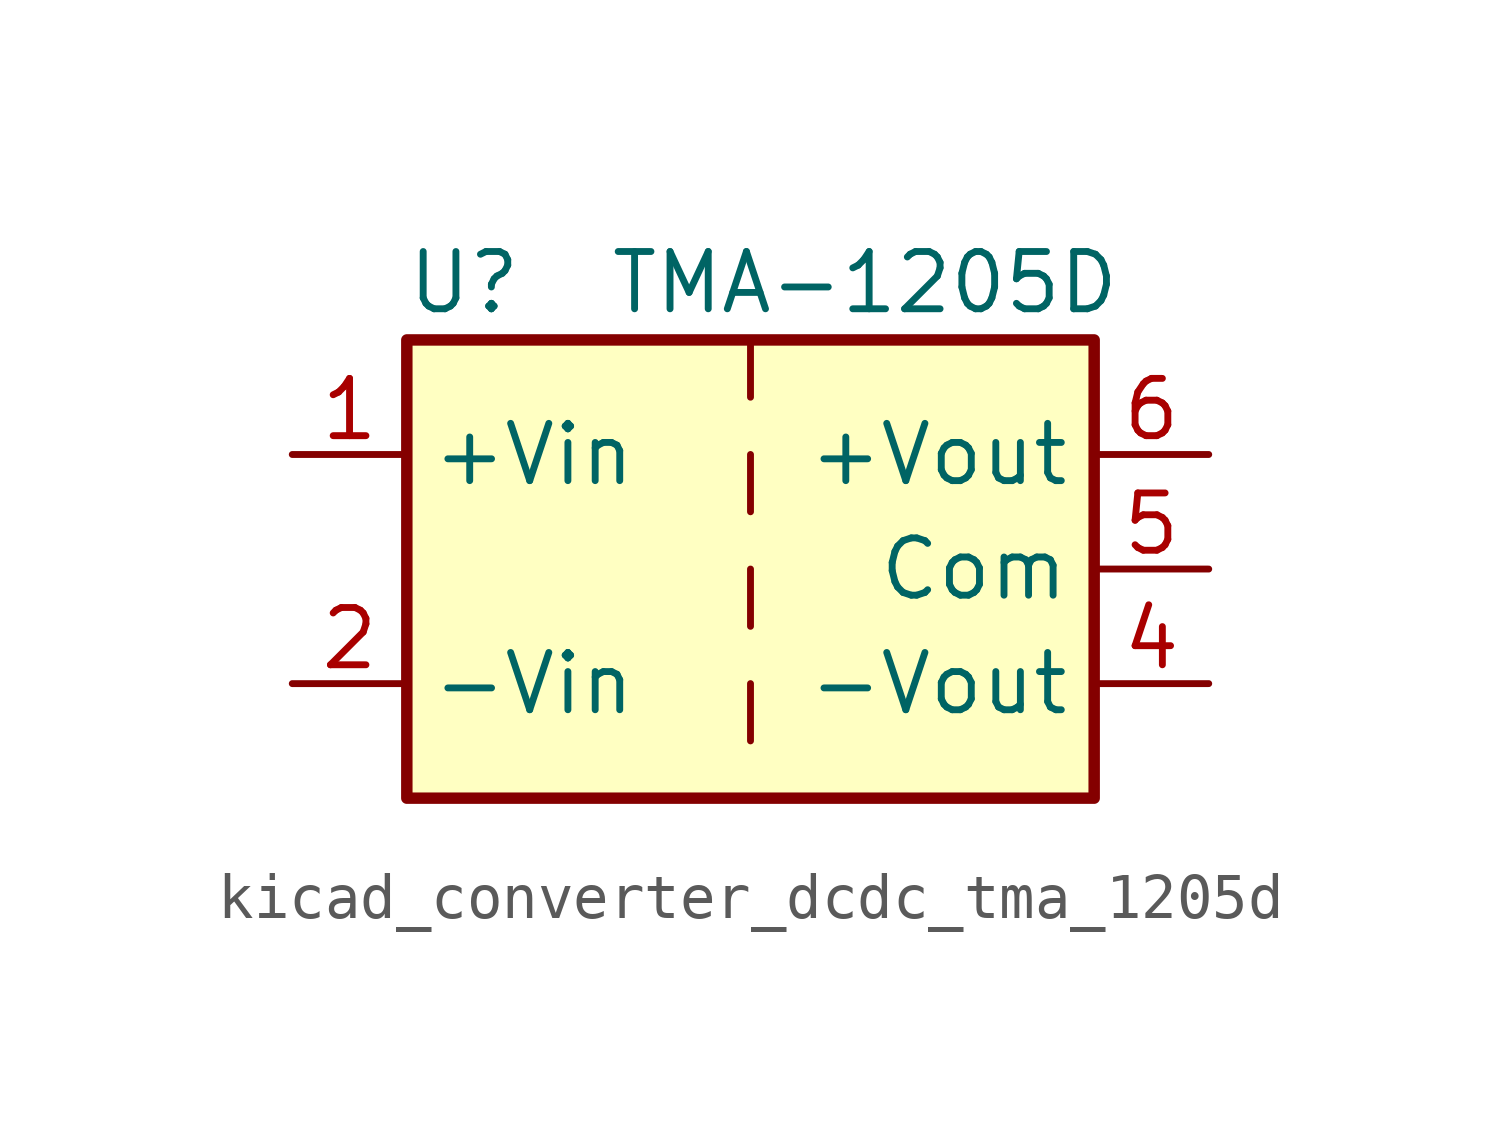
<source format=kicad_sym>
(kicad_symbol_lib
  (version 20220914)
  (generator kicad_symbol_editor)
  (symbol "kicad_converter_dcdc_tma_1205d"
    (property "Reference" "U"
      (at -6.35 6.35 0)
      (effects (font (size 1.27 1.27))))
    (property "Value" "TMA-1205D"
      (at 2.54 6.35 0)
      (effects (font (size 1.27 1.27))))
    (symbol "kicad_converter_dcdc_tma_1205d_0_1"
      (rectangle (start -7.62 5.08) (end 7.62 -5.08) (stroke (width 0.254) (type default)) (fill (type background)))
      (polyline (pts (xy 0 -2.54) (xy 0 -3.81)) (stroke (width 0) (type default)) (fill (type none)))
      (polyline (pts (xy 0 0) (xy 0 -1.27)) (stroke (width 0) (type default)) (fill (type none)))
      (polyline (pts (xy 0 2.54) (xy 0 1.27)) (stroke (width 0) (type default)) (fill (type none)))
      (polyline (pts (xy 0 5.08) (xy 0 3.81)) (stroke (width 0) (type default)) (fill (type none))))
    (symbol "kicad_converter_dcdc_tma_1205d_1_1"
      (pin power_in line (at -10.16 2.54 0) (length 2.54) (name "+Vin" (effects (font (size 1.27 1.27)))) (number "1" (effects (font (size 1.27 1.27)))))
      (pin power_in line (at -10.16 -2.54 0) (length 2.54) (name "-Vin" (effects (font (size 1.27 1.27)))) (number "2" (effects (font (size 1.27 1.27)))))
      (pin power_out line (at 10.16 -2.54 180) (length 2.54) (name "-Vout" (effects (font (size 1.27 1.27)))) (number "4" (effects (font (size 1.27 1.27)))))
      (pin power_out line (at 10.16 0 180) (length 2.54) (name "Com" (effects (font (size 1.27 1.27)))) (number "5" (effects (font (size 1.27 1.27)))))
      (pin power_out line (at 10.16 2.54 180) (length 2.54) (name "+Vout" (effects (font (size 1.27 1.27)))) (number "6" (effects (font (size 1.27 1.27))))))))
</source>
